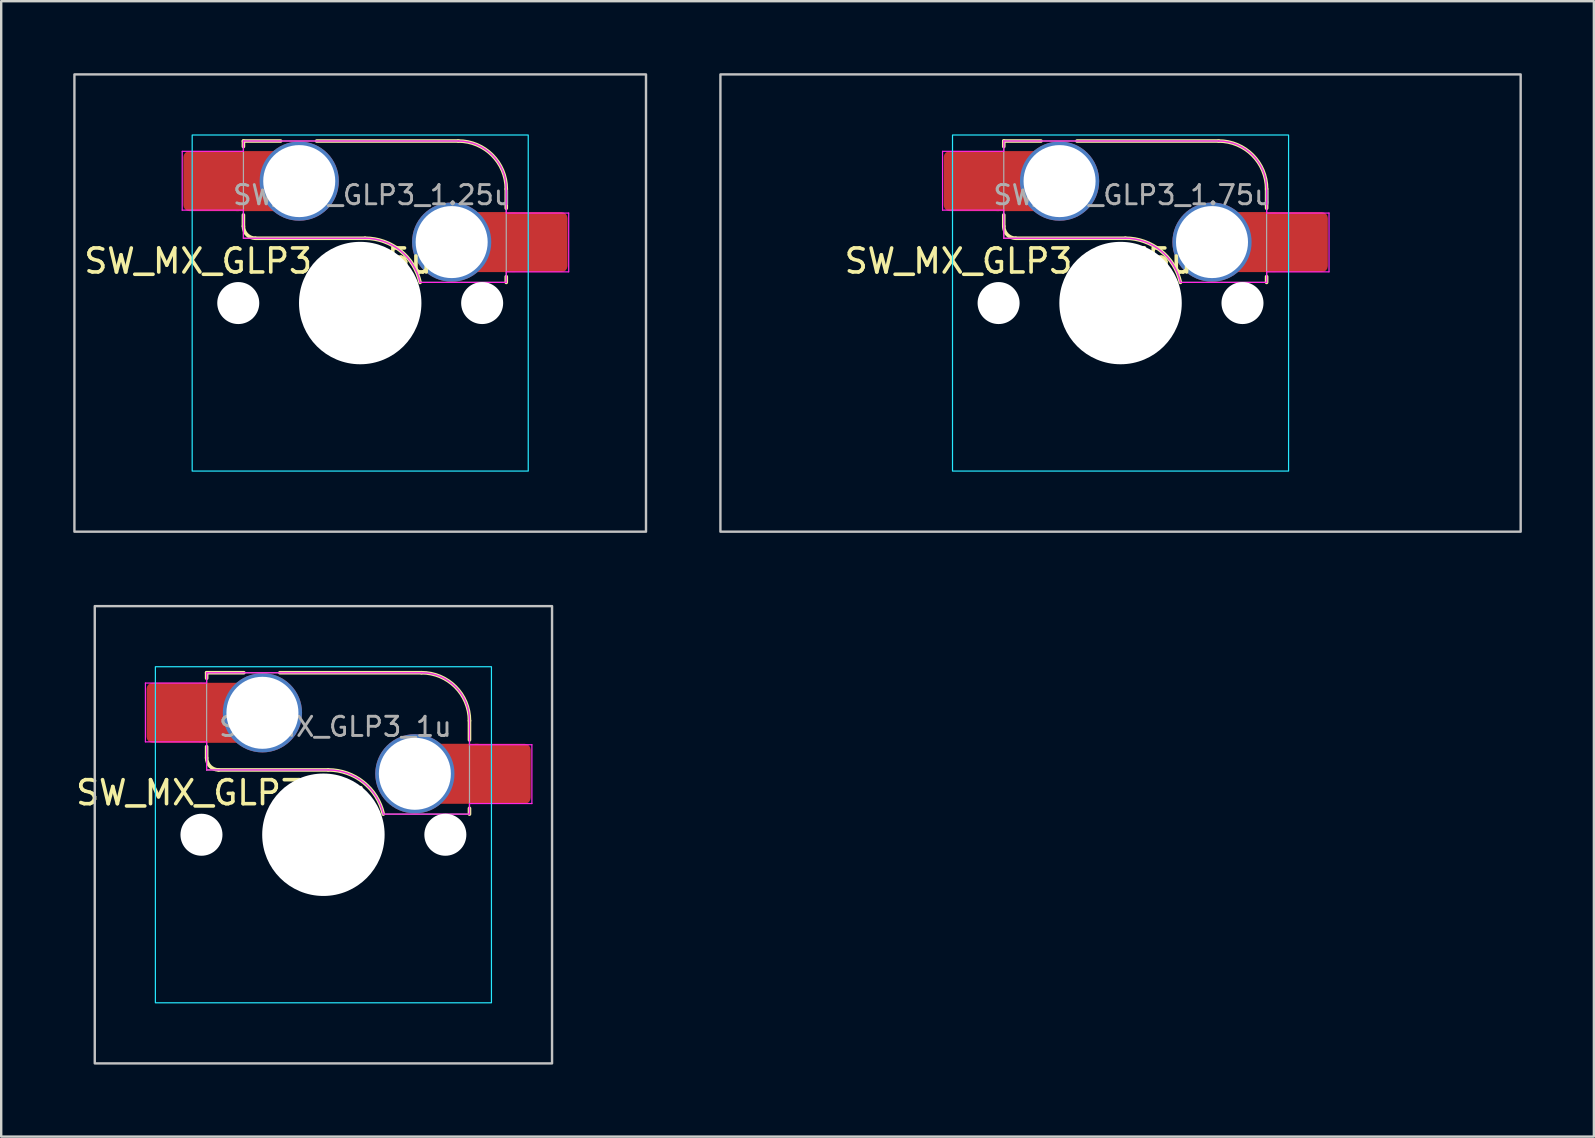
<source format=kicad_pcb>
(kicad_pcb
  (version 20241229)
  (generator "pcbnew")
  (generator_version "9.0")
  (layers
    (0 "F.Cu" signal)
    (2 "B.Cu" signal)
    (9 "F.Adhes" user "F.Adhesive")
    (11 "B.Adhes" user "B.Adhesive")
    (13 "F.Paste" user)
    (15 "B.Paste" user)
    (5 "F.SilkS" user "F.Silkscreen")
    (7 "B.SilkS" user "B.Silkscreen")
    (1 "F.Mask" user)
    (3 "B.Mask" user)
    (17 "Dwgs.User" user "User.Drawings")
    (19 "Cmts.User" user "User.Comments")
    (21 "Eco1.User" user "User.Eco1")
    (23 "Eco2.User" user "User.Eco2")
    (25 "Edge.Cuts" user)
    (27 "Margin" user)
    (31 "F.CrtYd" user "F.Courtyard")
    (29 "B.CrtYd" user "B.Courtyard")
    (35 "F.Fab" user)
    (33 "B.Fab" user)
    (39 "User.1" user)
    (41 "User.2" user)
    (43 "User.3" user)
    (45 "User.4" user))
  (footprint "SW_MX_GLP3_1.25u"
    (layer "F.Cu")
    (at 11.956 9.575)
    (property "Reference" "SW_MX_GLP3_1.25u" (at -4.25 -1.75 0) (layer "F.SilkS") (effects (font (size 1 1) (thickness 0.15))))
    (attr smd)
    (fp_line (start -4.865 -6.75) (end -4.865 -6.52) (stroke (width 0.15) (type solid)) (layer "F.SilkS"))
    (fp_line (start -4.865 -3.67) (end -4.865 -3.2) (stroke (width 0.15) (type solid)) (layer "F.SilkS"))
    (fp_line (start -4.365 -2.7) (end 0.2 -2.7) (stroke (width 0.15) (type solid)) (layer "F.SilkS"))
    (fp_line (start -3.315 -6.75) (end -4.865 -6.75) (stroke (width 0.15) (type solid)) (layer "F.SilkS"))
    (fp_line (start 4.085 -6.75) (end -1.815 -6.75) (stroke (width 0.15) (type solid)) (layer "F.SilkS"))
    (fp_line (start 6.085 -3.95) (end 6.085 -4.75) (stroke (width 0.15) (type solid)) (layer "F.SilkS"))
    (fp_line (start 6.085 -1.1) (end 6.085 -0.86) (stroke (width 0.15) (type solid)) (layer "F.SilkS"))
    (fp_arc (start -4.364824 -2.70022) (mid -4.718377 -2.846667) (end -4.864824 -3.20022) (stroke (width 0.15) (type solid)) (layer "F.SilkS"))
    (fp_arc (start 0.2 -2.70022) (mid 1.670693 -2.183637) (end 2.494322 -0.86022) (stroke (width 0.15) (type solid)) (layer "F.SilkS"))
    (fp_arc (start 4.085176 -6.75022) (mid 5.49939 -6.164434) (end 6.085176 -4.75022) (stroke (width 0.15) (type solid)) (layer "F.SilkS"))
    (fp_rect (start -11.906 -9.525) (end 11.906 9.525) (stroke (width 0.1) (type default)) (fill no) (layer "Dwgs.User"))
    (fp_line (start -7 -6.5) (end -7 6.5) (stroke (width 0.05) (type solid)) (layer "Eco2.User"))
    (fp_line (start -6.5 7) (end 6.5 7) (stroke (width 0.05) (type solid)) (layer "Eco2.User"))
    (fp_line (start 6.5 -7) (end -6.5 -7) (stroke (width 0.05) (type solid)) (layer "Eco2.User"))
    (fp_line (start 7 6.5) (end 7 -6.5) (stroke (width 0.05) (type solid)) (layer "Eco2.User"))
    (fp_arc (start -7 -6.5) (mid -6.853553 -6.853553) (end -6.5 -7) (stroke (width 0.05) (type solid)) (layer "Eco2.User"))
    (fp_arc (start -6.497236 6.998884) (mid -6.850789 6.852437) (end -6.997236 6.498884) (stroke (width 0.05) (type solid)) (layer "Eco2.User"))
    (fp_arc (start 6.5 -7) (mid 6.853553 -6.853553) (end 7 -6.5) (stroke (width 0.05) (type solid)) (layer "Eco2.User"))
    (fp_arc (start 7 6.5) (mid 6.853553 6.853553) (end 6.5 7) (stroke (width 0.05) (type solid)) (layer "Eco2.User"))
    (fp_rect (start -7 -7) (end 7 7) (stroke (width 0.05) (type default)) (fill no) (layer "B.CrtYd"))
    (fp_line (start -7.415 -6.32) (end -4.865 -6.32) (stroke (width 0.05) (type solid)) (layer "F.CrtYd"))
    (fp_line (start -7.415 -3.87) (end -7.415 -6.32) (stroke (width 0.05) (type solid)) (layer "F.CrtYd"))
    (fp_line (start -4.865 -6.75) (end -4.865 -6.32) (stroke (width 0.05) (type solid)) (layer "F.CrtYd"))
    (fp_line (start -4.865 -3.87) (end -7.415 -3.87) (stroke (width 0.05) (type solid)) (layer "F.CrtYd"))
    (fp_line (start -4.865 -3.87) (end -4.865 -2.7) (stroke (width 0.05) (type solid)) (layer "F.CrtYd"))
    (fp_line (start -4.865 -2.7) (end 0.2 -2.7) (stroke (width 0.05) (type solid)) (layer "F.CrtYd"))
    (fp_line (start 4.085 -6.75) (end -4.865 -6.75) (stroke (width 0.05) (type solid)) (layer "F.CrtYd"))
    (fp_line (start 6.085 -3.75) (end 6.085 -4.75) (stroke (width 0.05) (type solid)) (layer "F.CrtYd"))
    (fp_line (start 6.085 -3.75) (end 8.685 -3.75) (stroke (width 0.05) (type solid)) (layer "F.CrtYd"))
    (fp_line (start 6.085 -1.3) (end 6.085 -0.86) (stroke (width 0.05) (type solid)) (layer "F.CrtYd"))
    (fp_line (start 6.085 -0.86) (end 2.494 -0.86) (stroke (width 0.05) (type solid)) (layer "F.CrtYd"))
    (fp_line (start 8.685 -3.75) (end 8.685 -1.3) (stroke (width 0.05) (type solid)) (layer "F.CrtYd"))
    (fp_line (start 8.685 -1.3) (end 6.085 -1.3) (stroke (width 0.05) (type solid)) (layer "F.CrtYd"))
    (fp_arc (start 0.2 -2.70022) (mid 1.670503 -2.183399) (end 2.494322 -0.86022) (stroke (width 0.05) (type solid)) (layer "F.CrtYd"))
    (fp_arc (start 4.085176 -6.75022) (mid 5.49939 -6.164434) (end 6.085176 -4.75022) (stroke (width 0.05) (type solid)) (layer "F.CrtYd"))
    (fp_line (start -4.865 -6.75) (end -4.865 -2.7) (stroke (width 0.05) (type solid)) (layer "F.Fab"))
    (fp_line (start -4.865 -2.7) (end 0.2 -2.7) (stroke (width 0.05) (type solid)) (layer "F.Fab"))
    (fp_line (start 4.085 -6.75) (end -4.865 -6.75) (stroke (width 0.05) (type solid)) (layer "F.Fab"))
    (fp_line (start 6.085 -0.86) (end 2.494 -0.86) (stroke (width 0.05) (type solid)) (layer "F.Fab"))
    (fp_line (start 6.085 -0.86) (end 6.085 -4.75) (stroke (width 0.05) (type solid)) (layer "F.Fab"))
    (fp_arc (start 0.2 -2.70022) (mid 1.670503 -2.183399) (end 2.494322 -0.86022) (stroke (width 0.05) (type solid)) (layer "F.Fab"))
    (fp_arc (start 4.085176 -6.75022) (mid 5.49939 -6.164434) (end 6.085176 -4.75022) (stroke (width 0.05) (type solid)) (layer "F.Fab"))
    (fp_text user "${REFERENCE}" (at 0.5 -4.5 0) (layer "F.Fab") (effects (font (size 0.8 0.8) (thickness 0.12))))
    (pad "" np_thru_hole circle (at -5.08 0) (size 1.75 1.75) (drill 1.75) (layers "*.Cu" "*.Mask"))
    (pad "" np_thru_hole circle (at 0 0) (size 5.1 5.1) (drill 5.1) (layers "*.Cu" "*.Mask"))
    (pad "" np_thru_hole circle (at 5.08 0) (size 1.75 1.75) (drill 1.75) (layers "*.Cu" "*.Mask"))
    (pad "1" thru_hole circle (at 3.81 -2.54) (size 3.3 3.3) (drill 3) (layers "*.Cu" "*.Mask"))
    (pad "1" smd rect (at 5.635 -2.54 180) (size 1.65 2.5) (layers "F.Cu"))
    (pad "1" smd roundrect (at 7.36 -2.54) (size 2.55 2.5) (layers "F.Cu" "F.Mask" "F.Paste") (roundrect_rratio 0.1))
    (pad "2" smd roundrect (at -6.09 -5.08) (size 2.55 2.5) (layers "F.Cu" "F.Mask" "F.Paste") (roundrect_rratio 0.1))
    (pad "2" smd rect (at -4.34 -5.08) (size 1.65 2.5) (layers "F.Cu"))
    (pad "2" thru_hole circle (at -2.54 -5.08) (size 3.3 3.3) (drill 3) (layers "*.Cu" "*.Mask")))
  (footprint "SW_MX_GLP3_1u"
    (layer "F.Cu")
    (at 10.423 31.725)
    (property "Reference" "SW_MX_GLP3_1u" (at -4.25 -1.75 0) (layer "F.SilkS") (effects (font (size 1 1) (thickness 0.15))))
    (attr smd)
    (fp_line (start -4.865 -6.75) (end -4.865 -6.52) (stroke (width 0.15) (type solid)) (layer "F.SilkS"))
    (fp_line (start -4.865 -3.67) (end -4.865 -3.2) (stroke (width 0.15) (type solid)) (layer "F.SilkS"))
    (fp_line (start -4.365 -2.7) (end 0.2 -2.7) (stroke (width 0.15) (type solid)) (layer "F.SilkS"))
    (fp_line (start -3.315 -6.75) (end -4.865 -6.75) (stroke (width 0.15) (type solid)) (layer "F.SilkS"))
    (fp_line (start 4.085 -6.75) (end -1.815 -6.75) (stroke (width 0.15) (type solid)) (layer "F.SilkS"))
    (fp_line (start 6.085 -3.95) (end 6.085 -4.75) (stroke (width 0.15) (type solid)) (layer "F.SilkS"))
    (fp_line (start 6.085 -1.1) (end 6.085 -0.86) (stroke (width 0.15) (type solid)) (layer "F.SilkS"))
    (fp_arc (start -4.364824 -2.70022) (mid -4.718377 -2.846667) (end -4.864824 -3.20022) (stroke (width 0.15) (type solid)) (layer "F.SilkS"))
    (fp_arc (start 0.2 -2.70022) (mid 1.670693 -2.183637) (end 2.494322 -0.86022) (stroke (width 0.15) (type solid)) (layer "F.SilkS"))
    (fp_arc (start 4.085176 -6.75022) (mid 5.49939 -6.164434) (end 6.085176 -4.75022) (stroke (width 0.15) (type solid)) (layer "F.SilkS"))
    (fp_rect (start -9.525 -9.525) (end 9.525 9.525) (stroke (width 0.1) (type default)) (fill no) (layer "Dwgs.User"))
    (fp_line (start -7 -6.5) (end -7 6.5) (stroke (width 0.05) (type solid)) (layer "Eco2.User"))
    (fp_line (start -6.5 7) (end 6.5 7) (stroke (width 0.05) (type solid)) (layer "Eco2.User"))
    (fp_line (start 6.5 -7) (end -6.5 -7) (stroke (width 0.05) (type solid)) (layer "Eco2.User"))
    (fp_line (start 7 6.5) (end 7 -6.5) (stroke (width 0.05) (type solid)) (layer "Eco2.User"))
    (fp_arc (start -7 -6.5) (mid -6.853553 -6.853553) (end -6.5 -7) (stroke (width 0.05) (type solid)) (layer "Eco2.User"))
    (fp_arc (start -6.497236 6.998884) (mid -6.850789 6.852437) (end -6.997236 6.498884) (stroke (width 0.05) (type solid)) (layer "Eco2.User"))
    (fp_arc (start 6.5 -7) (mid 6.853553 -6.853553) (end 7 -6.5) (stroke (width 0.05) (type solid)) (layer "Eco2.User"))
    (fp_arc (start 7 6.5) (mid 6.853553 6.853553) (end 6.5 7) (stroke (width 0.05) (type solid)) (layer "Eco2.User"))
    (fp_rect (start -7 -7) (end 7 7) (stroke (width 0.05) (type default)) (fill no) (layer "B.CrtYd"))
    (fp_line (start -7.415 -6.32) (end -4.865 -6.32) (stroke (width 0.05) (type solid)) (layer "F.CrtYd"))
    (fp_line (start -7.415 -3.87) (end -7.415 -6.32) (stroke (width 0.05) (type solid)) (layer "F.CrtYd"))
    (fp_line (start -4.865 -6.75) (end -4.865 -6.32) (stroke (width 0.05) (type solid)) (layer "F.CrtYd"))
    (fp_line (start -4.865 -3.87) (end -7.415 -3.87) (stroke (width 0.05) (type solid)) (layer "F.CrtYd"))
    (fp_line (start -4.865 -3.87) (end -4.865 -2.7) (stroke (width 0.05) (type solid)) (layer "F.CrtYd"))
    (fp_line (start -4.865 -2.7) (end 0.2 -2.7) (stroke (width 0.05) (type solid)) (layer "F.CrtYd"))
    (fp_line (start 4.085 -6.75) (end -4.865 -6.75) (stroke (width 0.05) (type solid)) (layer "F.CrtYd"))
    (fp_line (start 6.085 -3.75) (end 6.085 -4.75) (stroke (width 0.05) (type solid)) (layer "F.CrtYd"))
    (fp_line (start 6.085 -3.75) (end 8.685 -3.75) (stroke (width 0.05) (type solid)) (layer "F.CrtYd"))
    (fp_line (start 6.085 -1.3) (end 6.085 -0.86) (stroke (width 0.05) (type solid)) (layer "F.CrtYd"))
    (fp_line (start 6.085 -0.86) (end 2.494 -0.86) (stroke (width 0.05) (type solid)) (layer "F.CrtYd"))
    (fp_line (start 8.685 -3.75) (end 8.685 -1.3) (stroke (width 0.05) (type solid)) (layer "F.CrtYd"))
    (fp_line (start 8.685 -1.3) (end 6.085 -1.3) (stroke (width 0.05) (type solid)) (layer "F.CrtYd"))
    (fp_arc (start 0.2 -2.70022) (mid 1.670503 -2.183399) (end 2.494322 -0.86022) (stroke (width 0.05) (type solid)) (layer "F.CrtYd"))
    (fp_arc (start 4.085176 -6.75022) (mid 5.49939 -6.164434) (end 6.085176 -4.75022) (stroke (width 0.05) (type solid)) (layer "F.CrtYd"))
    (fp_line (start -4.865 -6.75) (end -4.865 -2.7) (stroke (width 0.05) (type solid)) (layer "F.Fab"))
    (fp_line (start -4.865 -2.7) (end 0.2 -2.7) (stroke (width 0.05) (type solid)) (layer "F.Fab"))
    (fp_line (start 4.085 -6.75) (end -4.865 -6.75) (stroke (width 0.05) (type solid)) (layer "F.Fab"))
    (fp_line (start 6.085 -0.86) (end 2.494 -0.86) (stroke (width 0.05) (type solid)) (layer "F.Fab"))
    (fp_line (start 6.085 -0.86) (end 6.085 -4.75) (stroke (width 0.05) (type solid)) (layer "F.Fab"))
    (fp_arc (start 0.2 -2.70022) (mid 1.670503 -2.183399) (end 2.494322 -0.86022) (stroke (width 0.05) (type solid)) (layer "F.Fab"))
    (fp_arc (start 4.085176 -6.75022) (mid 5.49939 -6.164434) (end 6.085176 -4.75022) (stroke (width 0.05) (type solid)) (layer "F.Fab"))
    (fp_text user "${REFERENCE}" (at 0.5 -4.5 0) (layer "F.Fab") (effects (font (size 0.8 0.8) (thickness 0.12))))
    (pad "" np_thru_hole circle (at -5.08 0) (size 1.75 1.75) (drill 1.75) (layers "*.Cu" "*.Mask"))
    (pad "" np_thru_hole circle (at 0 0) (size 5.1 5.1) (drill 5.1) (layers "*.Cu" "*.Mask"))
    (pad "" np_thru_hole circle (at 5.08 0) (size 1.75 1.75) (drill 1.75) (layers "*.Cu" "*.Mask"))
    (pad "1" thru_hole circle (at 3.81 -2.54) (size 3.3 3.3) (drill 3) (layers "*.Cu" "*.Mask"))
    (pad "1" smd rect (at 5.635 -2.54 180) (size 1.65 2.5) (layers "F.Cu"))
    (pad "1" smd roundrect (at 7.36 -2.54) (size 2.55 2.5) (layers "F.Cu" "F.Mask" "F.Paste") (roundrect_rratio 0.1))
    (pad "2" smd roundrect (at -6.09 -5.08) (size 2.55 2.5) (layers "F.Cu" "F.Mask" "F.Paste") (roundrect_rratio 0.1))
    (pad "2" smd rect (at -4.34 -5.08) (size 1.65 2.5) (layers "F.Cu"))
    (pad "2" thru_hole circle (at -2.54 -5.08) (size 3.3 3.3) (drill 3) (layers "*.Cu" "*.Mask")))
  (footprint "SW_MX_GLP3_1.75u"
    (layer "F.Cu")
    (at 43.631 9.575)
    (property "Reference" "SW_MX_GLP3_1.75u" (at -4.25 -1.75 0) (layer "F.SilkS") (effects (font (size 1 1) (thickness 0.15))))
    (attr smd)
    (fp_line (start -4.865 -6.75) (end -4.865 -6.52) (stroke (width 0.15) (type solid)) (layer "F.SilkS"))
    (fp_line (start -4.865 -3.67) (end -4.865 -3.2) (stroke (width 0.15) (type solid)) (layer "F.SilkS"))
    (fp_line (start -4.365 -2.7) (end 0.2 -2.7) (stroke (width 0.15) (type solid)) (layer "F.SilkS"))
    (fp_line (start -3.315 -6.75) (end -4.865 -6.75) (stroke (width 0.15) (type solid)) (layer "F.SilkS"))
    (fp_line (start 4.085 -6.75) (end -1.815 -6.75) (stroke (width 0.15) (type solid)) (layer "F.SilkS"))
    (fp_line (start 6.085 -3.95) (end 6.085 -4.75) (stroke (width 0.15) (type solid)) (layer "F.SilkS"))
    (fp_line (start 6.085 -1.1) (end 6.085 -0.86) (stroke (width 0.15) (type solid)) (layer "F.SilkS"))
    (fp_arc (start -4.364824 -2.70022) (mid -4.718377 -2.846667) (end -4.864824 -3.20022) (stroke (width 0.15) (type solid)) (layer "F.SilkS"))
    (fp_arc (start 0.2 -2.70022) (mid 1.670693 -2.183637) (end 2.494322 -0.86022) (stroke (width 0.15) (type solid)) (layer "F.SilkS"))
    (fp_arc (start 4.085176 -6.75022) (mid 5.49939 -6.164434) (end 6.085176 -4.75022) (stroke (width 0.15) (type solid)) (layer "F.SilkS"))
    (fp_rect (start -16.669 -9.525) (end 16.669 9.525) (stroke (width 0.1) (type default)) (fill no) (layer "Dwgs.User"))
    (fp_line (start -7 -6.5) (end -7 6.5) (stroke (width 0.05) (type solid)) (layer "Eco2.User"))
    (fp_line (start -6.5 7) (end 6.5 7) (stroke (width 0.05) (type solid)) (layer "Eco2.User"))
    (fp_line (start 6.5 -7) (end -6.5 -7) (stroke (width 0.05) (type solid)) (layer "Eco2.User"))
    (fp_line (start 7 6.5) (end 7 -6.5) (stroke (width 0.05) (type solid)) (layer "Eco2.User"))
    (fp_arc (start -7 -6.5) (mid -6.853553 -6.853553) (end -6.5 -7) (stroke (width 0.05) (type solid)) (layer "Eco2.User"))
    (fp_arc (start -6.497236 6.998884) (mid -6.850789 6.852437) (end -6.997236 6.498884) (stroke (width 0.05) (type solid)) (layer "Eco2.User"))
    (fp_arc (start 6.5 -7) (mid 6.853553 -6.853553) (end 7 -6.5) (stroke (width 0.05) (type solid)) (layer "Eco2.User"))
    (fp_arc (start 7 6.5) (mid 6.853553 6.853553) (end 6.5 7) (stroke (width 0.05) (type solid)) (layer "Eco2.User"))
    (fp_rect (start -7 -7) (end 7 7) (stroke (width 0.05) (type default)) (fill no) (layer "B.CrtYd"))
    (fp_line (start -7.415 -6.32) (end -4.865 -6.32) (stroke (width 0.05) (type solid)) (layer "F.CrtYd"))
    (fp_line (start -7.415 -3.87) (end -7.415 -6.32) (stroke (width 0.05) (type solid)) (layer "F.CrtYd"))
    (fp_line (start -4.865 -6.75) (end -4.865 -6.32) (stroke (width 0.05) (type solid)) (layer "F.CrtYd"))
    (fp_line (start -4.865 -3.87) (end -7.415 -3.87) (stroke (width 0.05) (type solid)) (layer "F.CrtYd"))
    (fp_line (start -4.865 -3.87) (end -4.865 -2.7) (stroke (width 0.05) (type solid)) (layer "F.CrtYd"))
    (fp_line (start -4.865 -2.7) (end 0.2 -2.7) (stroke (width 0.05) (type solid)) (layer "F.CrtYd"))
    (fp_line (start 4.085 -6.75) (end -4.865 -6.75) (stroke (width 0.05) (type solid)) (layer "F.CrtYd"))
    (fp_line (start 6.085 -3.75) (end 6.085 -4.75) (stroke (width 0.05) (type solid)) (layer "F.CrtYd"))
    (fp_line (start 6.085 -3.75) (end 8.685 -3.75) (stroke (width 0.05) (type solid)) (layer "F.CrtYd"))
    (fp_line (start 6.085 -1.3) (end 6.085 -0.86) (stroke (width 0.05) (type solid)) (layer "F.CrtYd"))
    (fp_line (start 6.085 -0.86) (end 2.494 -0.86) (stroke (width 0.05) (type solid)) (layer "F.CrtYd"))
    (fp_line (start 8.685 -3.75) (end 8.685 -1.3) (stroke (width 0.05) (type solid)) (layer "F.CrtYd"))
    (fp_line (start 8.685 -1.3) (end 6.085 -1.3) (stroke (width 0.05) (type solid)) (layer "F.CrtYd"))
    (fp_arc (start 0.2 -2.70022) (mid 1.670503 -2.183399) (end 2.494322 -0.86022) (stroke (width 0.05) (type solid)) (layer "F.CrtYd"))
    (fp_arc (start 4.085176 -6.75022) (mid 5.49939 -6.164434) (end 6.085176 -4.75022) (stroke (width 0.05) (type solid)) (layer "F.CrtYd"))
    (fp_line (start -4.865 -6.75) (end -4.865 -2.7) (stroke (width 0.05) (type solid)) (layer "F.Fab"))
    (fp_line (start -4.865 -2.7) (end 0.2 -2.7) (stroke (width 0.05) (type solid)) (layer "F.Fab"))
    (fp_line (start 4.085 -6.75) (end -4.865 -6.75) (stroke (width 0.05) (type solid)) (layer "F.Fab"))
    (fp_line (start 6.085 -0.86) (end 2.494 -0.86) (stroke (width 0.05) (type solid)) (layer "F.Fab"))
    (fp_line (start 6.085 -0.86) (end 6.085 -4.75) (stroke (width 0.05) (type solid)) (layer "F.Fab"))
    (fp_arc (start 0.2 -2.70022) (mid 1.670503 -2.183399) (end 2.494322 -0.86022) (stroke (width 0.05) (type solid)) (layer "F.Fab"))
    (fp_arc (start 4.085176 -6.75022) (mid 5.49939 -6.164434) (end 6.085176 -4.75022) (stroke (width 0.05) (type solid)) (layer "F.Fab"))
    (fp_text user "${REFERENCE}" (at 0.5 -4.5 0) (layer "F.Fab") (effects (font (size 0.8 0.8) (thickness 0.12))))
    (pad "" np_thru_hole circle (at -5.08 0) (size 1.75 1.75) (drill 1.75) (layers "*.Cu" "*.Mask"))
    (pad "" np_thru_hole circle (at 0 0) (size 5.1 5.1) (drill 5.1) (layers "*.Cu" "*.Mask"))
    (pad "" np_thru_hole circle (at 5.08 0) (size 1.75 1.75) (drill 1.75) (layers "*.Cu" "*.Mask"))
    (pad "1" thru_hole circle (at 3.81 -2.54) (size 3.3 3.3) (drill 3) (layers "*.Cu" "*.Mask"))
    (pad "1" smd rect (at 5.635 -2.54 180) (size 1.65 2.5) (layers "F.Cu"))
    (pad "1" smd roundrect (at 7.36 -2.54) (size 2.55 2.5) (layers "F.Cu" "F.Mask" "F.Paste") (roundrect_rratio 0.1))
    (pad "2" smd roundrect (at -6.09 -5.08) (size 2.55 2.5) (layers "F.Cu" "F.Mask" "F.Paste") (roundrect_rratio 0.1))
    (pad "2" smd rect (at -4.34 -5.08) (size 1.65 2.5) (layers "F.Cu"))
    (pad "2" thru_hole circle (at -2.54 -5.08) (size 3.3 3.3) (drill 3) (layers "*.Cu" "*.Mask")))
  (gr_rect
    (start -3 -3)
    (end 63.35 44.3)
    (stroke (width 0.1) (type default))
    (fill no)
    (layer "Edge.Cuts")))
</source>
